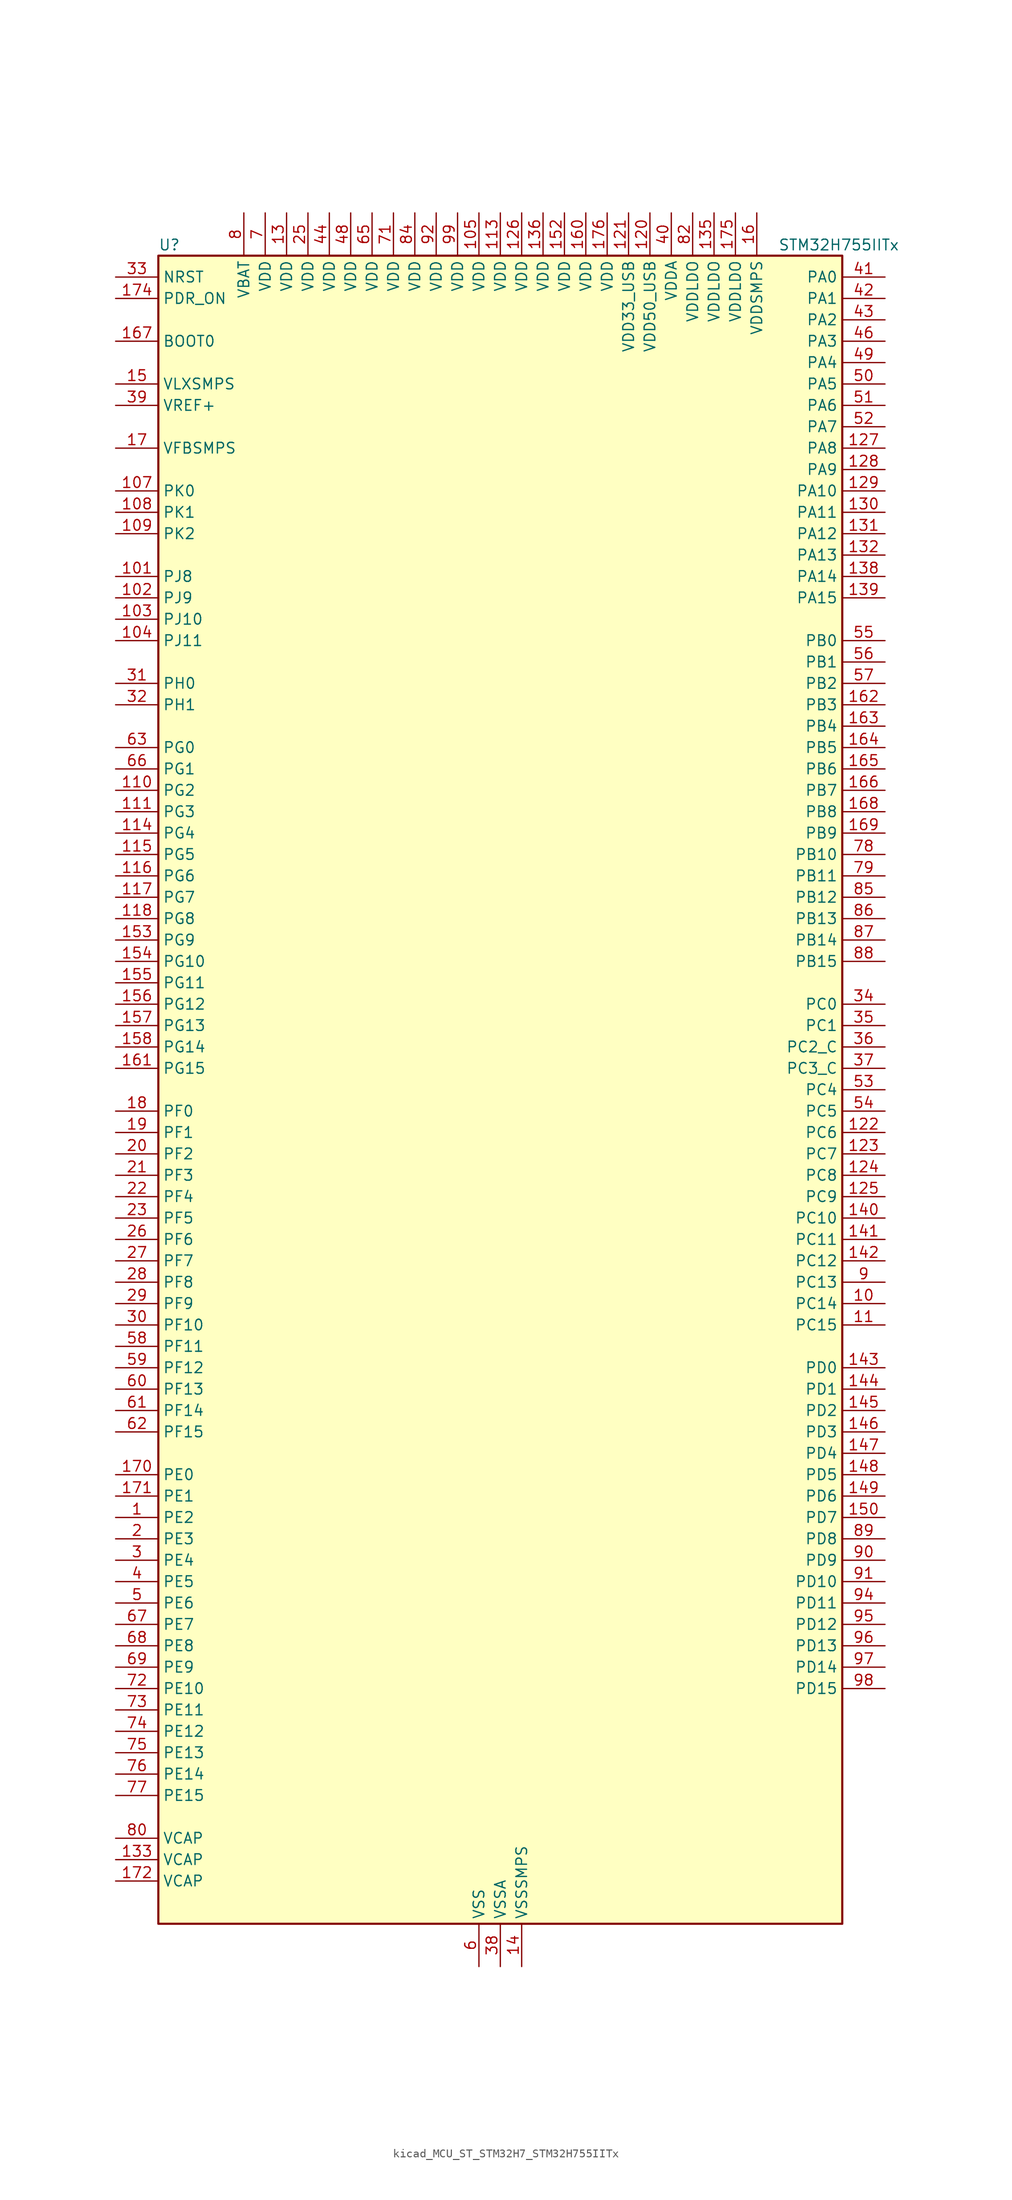
<source format=kicad_sym>
(kicad_symbol_lib
  (version 20220914)
  (generator kicad_symbol_editor)
  (symbol "kicad_MCU_ST_STM32H7_STM32H755IITx"
    (property "Reference" "U"
      (at -40.64 100.33 0)
      (effects (font (size 1.27 1.27)) (justify left)))
    (property "Value" "STM32H755IITx"
      (at 33.02 100.33 0)
      (effects (font (size 1.27 1.27)) (justify left)))
    (property "ki_locked" ""
      (at 0 0 0)
      (effects (font (size 1.27 1.27))))
    (symbol "kicad_MCU_ST_STM32H7_STM32H755IITx_0_1"
      (rectangle (start -40.64 -99.06) (end 40.64 99.06) (stroke (width 0.254) (type default)) (fill (type background))))
    (symbol "kicad_MCU_ST_STM32H7_STM32H755IITx_1_1"
      (pin bidirectional line (at -45.72 -50.8 0) (length 5.08) (name "PE2" (effects (font (size 1.27 1.27)))) (number "1" (effects (font (size 1.27 1.27)))) (alternate "DEBUG_TRACECLK" bidirectional line) (alternate "ETH_TXD3" bidirectional line) (alternate "FMC_A23" bidirectional line) (alternate "QUADSPI_BK1_IO2" bidirectional line) (alternate "SAI1_CK1" bidirectional line) (alternate "SAI1_MCLK_A" bidirectional line) (alternate "SAI4_CK1" bidirectional line) (alternate "SAI4_MCLK_A" bidirectional line) (alternate "SPI4_SCK" bidirectional line))
      (pin bidirectional line (at 45.72 -25.4 180) (length 5.08) (name "PC14" (effects (font (size 1.27 1.27)))) (number "10" (effects (font (size 1.27 1.27)))) (alternate "RCC_OSC32_IN" bidirectional line))
      (pin passive line (at -2.54 -104.14 90) (length 5.08) hide (name "VSS" (effects (font (size 1.27 1.27)))) (number "100" (effects (font (size 1.27 1.27)))))
      (pin bidirectional line (at -45.72 60.96 0) (length 5.08) (name "PJ8" (effects (font (size 1.27 1.27)))) (number "101" (effects (font (size 1.27 1.27)))) (alternate "LTDC_G1" bidirectional line) (alternate "TIM1_CH3N" bidirectional line) (alternate "TIM8_CH1" bidirectional line) (alternate "UART8_TX" bidirectional line))
      (pin bidirectional line (at -45.72 58.42 0) (length 5.08) (name "PJ9" (effects (font (size 1.27 1.27)))) (number "102" (effects (font (size 1.27 1.27)))) (alternate "DAC1_EXTI9" bidirectional line) (alternate "LTDC_G2" bidirectional line) (alternate "TIM1_CH3" bidirectional line) (alternate "TIM8_CH1N" bidirectional line) (alternate "UART8_RX" bidirectional line))
      (pin bidirectional line (at -45.72 55.88 0) (length 5.08) (name "PJ10" (effects (font (size 1.27 1.27)))) (number "103" (effects (font (size 1.27 1.27)))) (alternate "LTDC_G3" bidirectional line) (alternate "SPI5_MOSI" bidirectional line) (alternate "TIM1_CH2N" bidirectional line) (alternate "TIM8_CH2" bidirectional line))
      (pin bidirectional line (at -45.72 53.34 0) (length 5.08) (name "PJ11" (effects (font (size 1.27 1.27)))) (number "104" (effects (font (size 1.27 1.27)))) (alternate "ADC1_EXTI11" bidirectional line) (alternate "ADC2_EXTI11" bidirectional line) (alternate "ADC3_EXTI11" bidirectional line) (alternate "LTDC_G4" bidirectional line) (alternate "SPI5_MISO" bidirectional line) (alternate "TIM1_CH2" bidirectional line) (alternate "TIM8_CH2N" bidirectional line))
      (pin power_in line (at -2.54 104.14 270) (length 5.08) (name "VDD" (effects (font (size 1.27 1.27)))) (number "105" (effects (font (size 1.27 1.27)))))
      (pin passive line (at -2.54 -104.14 90) (length 5.08) hide (name "VSS" (effects (font (size 1.27 1.27)))) (number "106" (effects (font (size 1.27 1.27)))))
      (pin bidirectional line (at -45.72 71.12 0) (length 5.08) (name "PK0" (effects (font (size 1.27 1.27)))) (number "107" (effects (font (size 1.27 1.27)))) (alternate "LTDC_G5" bidirectional line) (alternate "SPI5_SCK" bidirectional line) (alternate "TIM1_CH1N" bidirectional line) (alternate "TIM8_CH3" bidirectional line))
      (pin bidirectional line (at -45.72 68.58 0) (length 5.08) (name "PK1" (effects (font (size 1.27 1.27)))) (number "108" (effects (font (size 1.27 1.27)))) (alternate "LTDC_G6" bidirectional line) (alternate "SPI5_NSS" bidirectional line) (alternate "TIM1_CH1" bidirectional line) (alternate "TIM8_CH3N" bidirectional line))
      (pin bidirectional line (at -45.72 66.04 0) (length 5.08) (name "PK2" (effects (font (size 1.27 1.27)))) (number "109" (effects (font (size 1.27 1.27)))) (alternate "LTDC_G7" bidirectional line) (alternate "TIM1_BKIN" bidirectional line) (alternate "TIM1_BKIN_COMP1" bidirectional line) (alternate "TIM1_BKIN_COMP2" bidirectional line) (alternate "TIM8_BKIN" bidirectional line) (alternate "TIM8_BKIN_COMP1" bidirectional line) (alternate "TIM8_BKIN_COMP2" bidirectional line))
      (pin bidirectional line (at 45.72 -27.94 180) (length 5.08) (name "PC15" (effects (font (size 1.27 1.27)))) (number "11" (effects (font (size 1.27 1.27)))) (alternate "ADC1_EXTI15" bidirectional line) (alternate "ADC2_EXTI15" bidirectional line) (alternate "ADC3_EXTI15" bidirectional line) (alternate "RCC_OSC32_OUT" bidirectional line))
      (pin bidirectional line (at -45.72 35.56 0) (length 5.08) (name "PG2" (effects (font (size 1.27 1.27)))) (number "110" (effects (font (size 1.27 1.27)))) (alternate "FMC_A12" bidirectional line) (alternate "TIM8_BKIN" bidirectional line) (alternate "TIM8_BKIN_COMP1" bidirectional line) (alternate "TIM8_BKIN_COMP2" bidirectional line))
      (pin bidirectional line (at -45.72 33.02 0) (length 5.08) (name "PG3" (effects (font (size 1.27 1.27)))) (number "111" (effects (font (size 1.27 1.27)))) (alternate "FMC_A13" bidirectional line) (alternate "TIM8_BKIN2" bidirectional line) (alternate "TIM8_BKIN2_COMP1" bidirectional line) (alternate "TIM8_BKIN2_COMP2" bidirectional line))
      (pin passive line (at -2.54 -104.14 90) (length 5.08) hide (name "VSS" (effects (font (size 1.27 1.27)))) (number "112" (effects (font (size 1.27 1.27)))))
      (pin power_in line (at 0 104.14 270) (length 5.08) (name "VDD" (effects (font (size 1.27 1.27)))) (number "113" (effects (font (size 1.27 1.27)))))
      (pin bidirectional line (at -45.72 30.48 0) (length 5.08) (name "PG4" (effects (font (size 1.27 1.27)))) (number "114" (effects (font (size 1.27 1.27)))) (alternate "FMC_A14" bidirectional line) (alternate "FMC_BA0" bidirectional line) (alternate "TIM1_BKIN2" bidirectional line) (alternate "TIM1_BKIN2_COMP1" bidirectional line) (alternate "TIM1_BKIN2_COMP2" bidirectional line))
      (pin bidirectional line (at -45.72 27.94 0) (length 5.08) (name "PG5" (effects (font (size 1.27 1.27)))) (number "115" (effects (font (size 1.27 1.27)))) (alternate "FMC_A15" bidirectional line) (alternate "FMC_BA1" bidirectional line) (alternate "TIM1_ETR" bidirectional line))
      (pin bidirectional line (at -45.72 25.4 0) (length 5.08) (name "PG6" (effects (font (size 1.27 1.27)))) (number "116" (effects (font (size 1.27 1.27)))) (alternate "DCMI_D12" bidirectional line) (alternate "FMC_NE3" bidirectional line) (alternate "HRTIM_CHE1" bidirectional line) (alternate "LTDC_R7" bidirectional line) (alternate "QUADSPI_BK1_NCS" bidirectional line) (alternate "TIM17_BKIN" bidirectional line))
      (pin bidirectional line (at -45.72 22.86 0) (length 5.08) (name "PG7" (effects (font (size 1.27 1.27)))) (number "117" (effects (font (size 1.27 1.27)))) (alternate "DCMI_D13" bidirectional line) (alternate "FMC_INT" bidirectional line) (alternate "HRTIM_CHE2" bidirectional line) (alternate "LTDC_CLK" bidirectional line) (alternate "SAI1_MCLK_A" bidirectional line) (alternate "USART6_CK" bidirectional line))
      (pin bidirectional line (at -45.72 20.32 0) (length 5.08) (name "PG8" (effects (font (size 1.27 1.27)))) (number "118" (effects (font (size 1.27 1.27)))) (alternate "ETH_PPS_OUT" bidirectional line) (alternate "FMC_SDCLK" bidirectional line) (alternate "LTDC_G7" bidirectional line) (alternate "SPDIFRX1_IN2" bidirectional line) (alternate "SPI6_NSS" bidirectional line) (alternate "TIM8_ETR" bidirectional line) (alternate "USART6_DE" bidirectional line) (alternate "USART6_RTS" bidirectional line))
      (pin passive line (at -2.54 -104.14 90) (length 5.08) hide (name "VSS" (effects (font (size 1.27 1.27)))) (number "119" (effects (font (size 1.27 1.27)))))
      (pin passive line (at -2.54 -104.14 90) (length 5.08) hide (name "VSS" (effects (font (size 1.27 1.27)))) (number "12" (effects (font (size 1.27 1.27)))))
      (pin power_in line (at 17.78 104.14 270) (length 5.08) (name "VDD50_USB" (effects (font (size 1.27 1.27)))) (number "120" (effects (font (size 1.27 1.27)))))
      (pin power_in line (at 15.24 104.14 270) (length 5.08) (name "VDD33_USB" (effects (font (size 1.27 1.27)))) (number "121" (effects (font (size 1.27 1.27)))))
      (pin bidirectional line (at 45.72 -5.08 180) (length 5.08) (name "PC6" (effects (font (size 1.27 1.27)))) (number "122" (effects (font (size 1.27 1.27)))) (alternate "DCMI_D0" bidirectional line) (alternate "DFSDM1_CKIN3" bidirectional line) (alternate "FMC_NWAIT" bidirectional line) (alternate "HRTIM_CHA1" bidirectional line) (alternate "I2S2_MCK" bidirectional line) (alternate "LTDC_HSYNC" bidirectional line) (alternate "SDMMC1_D0DIR" bidirectional line) (alternate "SDMMC1_D6" bidirectional line) (alternate "SDMMC2_D6" bidirectional line) (alternate "SWPMI1_IO" bidirectional line) (alternate "TIM3_CH1" bidirectional line) (alternate "TIM8_CH1" bidirectional line) (alternate "USART6_TX" bidirectional line))
      (pin bidirectional line (at 45.72 -7.62 180) (length 5.08) (name "PC7" (effects (font (size 1.27 1.27)))) (number "123" (effects (font (size 1.27 1.27)))) (alternate "DCMI_D1" bidirectional line) (alternate "DEBUG_TRGIO" bidirectional line) (alternate "DFSDM1_DATIN3" bidirectional line) (alternate "FMC_NE1" bidirectional line) (alternate "HRTIM_CHA2" bidirectional line) (alternate "I2S3_MCK" bidirectional line) (alternate "LTDC_G6" bidirectional line) (alternate "SDMMC1_D123DIR" bidirectional line) (alternate "SDMMC1_D7" bidirectional line) (alternate "SDMMC2_D7" bidirectional line) (alternate "SWPMI1_TX" bidirectional line) (alternate "TIM3_CH2" bidirectional line) (alternate "TIM8_CH2" bidirectional line) (alternate "USART6_RX" bidirectional line))
      (pin bidirectional line (at 45.72 -10.16 180) (length 5.08) (name "PC8" (effects (font (size 1.27 1.27)))) (number "124" (effects (font (size 1.27 1.27)))) (alternate "DCMI_D2" bidirectional line) (alternate "DEBUG_TRACED1" bidirectional line) (alternate "FMC_NCE" bidirectional line) (alternate "FMC_NE2" bidirectional line) (alternate "HRTIM_CHB1" bidirectional line) (alternate "SDMMC1_D0" bidirectional line) (alternate "SWPMI1_RX" bidirectional line) (alternate "TIM3_CH3" bidirectional line) (alternate "TIM8_CH3" bidirectional line) (alternate "UART5_DE" bidirectional line) (alternate "UART5_RTS" bidirectional line) (alternate "USART6_CK" bidirectional line))
      (pin bidirectional line (at 45.72 -12.7 180) (length 5.08) (name "PC9" (effects (font (size 1.27 1.27)))) (number "125" (effects (font (size 1.27 1.27)))) (alternate "DAC1_EXTI9" bidirectional line) (alternate "DCMI_D3" bidirectional line) (alternate "I2C3_SDA" bidirectional line) (alternate "I2S_CKIN" bidirectional line) (alternate "LTDC_B2" bidirectional line) (alternate "LTDC_G3" bidirectional line) (alternate "QUADSPI_BK1_IO0" bidirectional line) (alternate "RCC_MCO_2" bidirectional line) (alternate "SDMMC1_D1" bidirectional line) (alternate "SWPMI1_SUSPEND" bidirectional line) (alternate "TIM3_CH4" bidirectional line) (alternate "TIM8_CH4" bidirectional line) (alternate "UART5_CTS" bidirectional line))
      (pin power_in line (at 2.54 104.14 270) (length 5.08) (name "VDD" (effects (font (size 1.27 1.27)))) (number "126" (effects (font (size 1.27 1.27)))))
      (pin bidirectional line (at 45.72 76.2 180) (length 5.08) (name "PA8" (effects (font (size 1.27 1.27)))) (number "127" (effects (font (size 1.27 1.27)))) (alternate "HRTIM_CHB2" bidirectional line) (alternate "I2C3_SCL" bidirectional line) (alternate "LTDC_B3" bidirectional line) (alternate "LTDC_R6" bidirectional line) (alternate "RCC_MCO_1" bidirectional line) (alternate "TIM1_CH1" bidirectional line) (alternate "TIM8_BKIN2" bidirectional line) (alternate "TIM8_BKIN2_COMP1" bidirectional line) (alternate "TIM8_BKIN2_COMP2" bidirectional line) (alternate "UART7_RX" bidirectional line) (alternate "USART1_CK" bidirectional line) (alternate "USB_OTG_FS_SOF" bidirectional line))
      (pin bidirectional line (at 45.72 73.66 180) (length 5.08) (name "PA9" (effects (font (size 1.27 1.27)))) (number "128" (effects (font (size 1.27 1.27)))) (alternate "DAC1_EXTI9" bidirectional line) (alternate "DCMI_D0" bidirectional line) (alternate "HRTIM_CHC1" bidirectional line) (alternate "I2C3_SMBA" bidirectional line) (alternate "I2S2_CK" bidirectional line) (alternate "LPUART1_TX" bidirectional line) (alternate "LTDC_R5" bidirectional line) (alternate "SPI2_SCK" bidirectional line) (alternate "TIM1_CH2" bidirectional line) (alternate "USART1_TX" bidirectional line) (alternate "USB_OTG_FS_VBUS" bidirectional line))
      (pin bidirectional line (at 45.72 71.12 180) (length 5.08) (name "PA10" (effects (font (size 1.27 1.27)))) (number "129" (effects (font (size 1.27 1.27)))) (alternate "DCMI_D1" bidirectional line) (alternate "HRTIM_CHC2" bidirectional line) (alternate "LPUART1_RX" bidirectional line) (alternate "LTDC_B1" bidirectional line) (alternate "LTDC_B4" bidirectional line) (alternate "MDIOS_MDIO" bidirectional line) (alternate "TIM1_CH3" bidirectional line) (alternate "USART1_RX" bidirectional line) (alternate "USB_OTG_FS_ID" bidirectional line))
      (pin power_in line (at -25.4 104.14 270) (length 5.08) (name "VDD" (effects (font (size 1.27 1.27)))) (number "13" (effects (font (size 1.27 1.27)))))
      (pin bidirectional line (at 45.72 68.58 180) (length 5.08) (name "PA11" (effects (font (size 1.27 1.27)))) (number "130" (effects (font (size 1.27 1.27)))) (alternate "ADC1_EXTI11" bidirectional line) (alternate "ADC2_EXTI11" bidirectional line) (alternate "ADC3_EXTI11" bidirectional line) (alternate "FDCAN1_RX" bidirectional line) (alternate "HRTIM_CHD1" bidirectional line) (alternate "I2S2_WS" bidirectional line) (alternate "LPUART1_CTS" bidirectional line) (alternate "LTDC_R4" bidirectional line) (alternate "SPI2_NSS" bidirectional line) (alternate "TIM1_CH4" bidirectional line) (alternate "UART4_RX" bidirectional line) (alternate "USART1_CTS" bidirectional line) (alternate "USART1_NSS" bidirectional line) (alternate "USB_OTG_FS_DM" bidirectional line))
      (pin bidirectional line (at 45.72 66.04 180) (length 5.08) (name "PA12" (effects (font (size 1.27 1.27)))) (number "131" (effects (font (size 1.27 1.27)))) (alternate "FDCAN1_TX" bidirectional line) (alternate "HRTIM_CHD2" bidirectional line) (alternate "I2S2_CK" bidirectional line) (alternate "LPUART1_DE" bidirectional line) (alternate "LPUART1_RTS" bidirectional line) (alternate "LTDC_R5" bidirectional line) (alternate "SAI2_FS_B" bidirectional line) (alternate "SPI2_SCK" bidirectional line) (alternate "TIM1_ETR" bidirectional line) (alternate "UART4_TX" bidirectional line) (alternate "USART1_DE" bidirectional line) (alternate "USART1_RTS" bidirectional line) (alternate "USB_OTG_FS_DP" bidirectional line))
      (pin bidirectional line (at 45.72 63.5 180) (length 5.08) (name "PA13" (effects (font (size 1.27 1.27)))) (number "132" (effects (font (size 1.27 1.27)))) (alternate "DEBUG_JTMS-SWDIO" bidirectional line))
      (pin power_out line (at -45.72 -91.44 0) (length 5.08) (name "VCAP" (effects (font (size 1.27 1.27)))) (number "133" (effects (font (size 1.27 1.27)))))
      (pin passive line (at -2.54 -104.14 90) (length 5.08) hide (name "VSS" (effects (font (size 1.27 1.27)))) (number "134" (effects (font (size 1.27 1.27)))))
      (pin power_in line (at 25.4 104.14 270) (length 5.08) (name "VDDLDO" (effects (font (size 1.27 1.27)))) (number "135" (effects (font (size 1.27 1.27)))))
      (pin power_in line (at 5.08 104.14 270) (length 5.08) (name "VDD" (effects (font (size 1.27 1.27)))) (number "136" (effects (font (size 1.27 1.27)))))
      (pin passive line (at -2.54 -104.14 90) (length 5.08) hide (name "VSS" (effects (font (size 1.27 1.27)))) (number "137" (effects (font (size 1.27 1.27)))))
      (pin bidirectional line (at 45.72 60.96 180) (length 5.08) (name "PA14" (effects (font (size 1.27 1.27)))) (number "138" (effects (font (size 1.27 1.27)))) (alternate "DEBUG_JTCK-SWCLK" bidirectional line))
      (pin bidirectional line (at 45.72 58.42 180) (length 5.08) (name "PA15" (effects (font (size 1.27 1.27)))) (number "139" (effects (font (size 1.27 1.27)))) (alternate "ADC1_EXTI15" bidirectional line) (alternate "ADC2_EXTI15" bidirectional line) (alternate "ADC3_EXTI15" bidirectional line) (alternate "CEC" bidirectional line) (alternate "DEBUG_JTDI" bidirectional line) (alternate "HRTIM_FLT1" bidirectional line) (alternate "I2S1_WS" bidirectional line) (alternate "I2S3_WS" bidirectional line) (alternate "SPI1_NSS" bidirectional line) (alternate "SPI3_NSS" bidirectional line) (alternate "SPI6_NSS" bidirectional line) (alternate "TIM2_CH1" bidirectional line) (alternate "TIM2_ETR" bidirectional line) (alternate "UART4_DE" bidirectional line) (alternate "UART4_RTS" bidirectional line) (alternate "UART7_TX" bidirectional line))
      (pin power_in line (at 2.54 -104.14 90) (length 5.08) (name "VSSSMPS" (effects (font (size 1.27 1.27)))) (number "14" (effects (font (size 1.27 1.27)))))
      (pin bidirectional line (at 45.72 -15.24 180) (length 5.08) (name "PC10" (effects (font (size 1.27 1.27)))) (number "140" (effects (font (size 1.27 1.27)))) (alternate "DCMI_D8" bidirectional line) (alternate "DFSDM1_CKIN5" bidirectional line) (alternate "HRTIM_EEV1" bidirectional line) (alternate "I2S3_CK" bidirectional line) (alternate "LTDC_R2" bidirectional line) (alternate "QUADSPI_BK1_IO1" bidirectional line) (alternate "SDMMC1_D2" bidirectional line) (alternate "SPI3_SCK" bidirectional line) (alternate "UART4_TX" bidirectional line) (alternate "USART3_TX" bidirectional line))
      (pin bidirectional line (at 45.72 -17.78 180) (length 5.08) (name "PC11" (effects (font (size 1.27 1.27)))) (number "141" (effects (font (size 1.27 1.27)))) (alternate "ADC1_EXTI11" bidirectional line) (alternate "ADC2_EXTI11" bidirectional line) (alternate "ADC3_EXTI11" bidirectional line) (alternate "DCMI_D4" bidirectional line) (alternate "DFSDM1_DATIN5" bidirectional line) (alternate "HRTIM_FLT2" bidirectional line) (alternate "I2S3_SDI" bidirectional line) (alternate "QUADSPI_BK2_NCS" bidirectional line) (alternate "SDMMC1_D3" bidirectional line) (alternate "SPI3_MISO" bidirectional line) (alternate "UART4_RX" bidirectional line) (alternate "USART3_RX" bidirectional line))
      (pin bidirectional line (at 45.72 -20.32 180) (length 5.08) (name "PC12" (effects (font (size 1.27 1.27)))) (number "142" (effects (font (size 1.27 1.27)))) (alternate "DCMI_D9" bidirectional line) (alternate "DEBUG_TRACED3" bidirectional line) (alternate "HRTIM_EEV2" bidirectional line) (alternate "I2S3_SDO" bidirectional line) (alternate "SDMMC1_CK" bidirectional line) (alternate "SPI3_MOSI" bidirectional line) (alternate "UART5_TX" bidirectional line) (alternate "USART3_CK" bidirectional line))
      (pin bidirectional line (at 45.72 -33.02 180) (length 5.08) (name "PD0" (effects (font (size 1.27 1.27)))) (number "143" (effects (font (size 1.27 1.27)))) (alternate "DFSDM1_CKIN6" bidirectional line) (alternate "FDCAN1_RX" bidirectional line) (alternate "FMC_D2" bidirectional line) (alternate "FMC_DA2" bidirectional line) (alternate "SAI3_SCK_A" bidirectional line) (alternate "UART4_RX" bidirectional line))
      (pin bidirectional line (at 45.72 -35.56 180) (length 5.08) (name "PD1" (effects (font (size 1.27 1.27)))) (number "144" (effects (font (size 1.27 1.27)))) (alternate "DFSDM1_DATIN6" bidirectional line) (alternate "FDCAN1_TX" bidirectional line) (alternate "FMC_D3" bidirectional line) (alternate "FMC_DA3" bidirectional line) (alternate "SAI3_SD_A" bidirectional line) (alternate "UART4_TX" bidirectional line))
      (pin bidirectional line (at 45.72 -38.1 180) (length 5.08) (name "PD2" (effects (font (size 1.27 1.27)))) (number "145" (effects (font (size 1.27 1.27)))) (alternate "DCMI_D11" bidirectional line) (alternate "DEBUG_TRACED2" bidirectional line) (alternate "SDMMC1_CMD" bidirectional line) (alternate "TIM3_ETR" bidirectional line) (alternate "UART5_RX" bidirectional line))
      (pin bidirectional line (at 45.72 -40.64 180) (length 5.08) (name "PD3" (effects (font (size 1.27 1.27)))) (number "146" (effects (font (size 1.27 1.27)))) (alternate "DCMI_D5" bidirectional line) (alternate "DFSDM1_CKOUT" bidirectional line) (alternate "FMC_CLK" bidirectional line) (alternate "I2S2_CK" bidirectional line) (alternate "LTDC_G7" bidirectional line) (alternate "SPI2_SCK" bidirectional line) (alternate "USART2_CTS" bidirectional line) (alternate "USART2_NSS" bidirectional line))
      (pin bidirectional line (at 45.72 -43.18 180) (length 5.08) (name "PD4" (effects (font (size 1.27 1.27)))) (number "147" (effects (font (size 1.27 1.27)))) (alternate "FMC_NOE" bidirectional line) (alternate "HRTIM_FLT3" bidirectional line) (alternate "SAI3_FS_A" bidirectional line) (alternate "USART2_DE" bidirectional line) (alternate "USART2_RTS" bidirectional line))
      (pin bidirectional line (at 45.72 -45.72 180) (length 5.08) (name "PD5" (effects (font (size 1.27 1.27)))) (number "148" (effects (font (size 1.27 1.27)))) (alternate "FMC_NWE" bidirectional line) (alternate "HRTIM_EEV3" bidirectional line) (alternate "USART2_TX" bidirectional line))
      (pin bidirectional line (at 45.72 -48.26 180) (length 5.08) (name "PD6" (effects (font (size 1.27 1.27)))) (number "149" (effects (font (size 1.27 1.27)))) (alternate "DCMI_D10" bidirectional line) (alternate "DFSDM1_CKIN4" bidirectional line) (alternate "DFSDM1_DATIN1" bidirectional line) (alternate "FMC_NWAIT" bidirectional line) (alternate "I2S3_SDO" bidirectional line) (alternate "LTDC_B2" bidirectional line) (alternate "SAI1_D1" bidirectional line) (alternate "SAI1_SD_A" bidirectional line) (alternate "SAI4_D1" bidirectional line) (alternate "SAI4_SD_A" bidirectional line) (alternate "SDMMC2_CK" bidirectional line) (alternate "SPI3_MOSI" bidirectional line) (alternate "USART2_RX" bidirectional line))
      (pin power_in line (at -45.72 83.82 0) (length 5.08) (name "VLXSMPS" (effects (font (size 1.27 1.27)))) (number "15" (effects (font (size 1.27 1.27)))))
      (pin bidirectional line (at 45.72 -50.8 180) (length 5.08) (name "PD7" (effects (font (size 1.27 1.27)))) (number "150" (effects (font (size 1.27 1.27)))) (alternate "DFSDM1_CKIN1" bidirectional line) (alternate "DFSDM1_DATIN4" bidirectional line) (alternate "FMC_NE1" bidirectional line) (alternate "I2S1_SDO" bidirectional line) (alternate "SDMMC2_CMD" bidirectional line) (alternate "SPDIFRX1_IN0" bidirectional line) (alternate "SPI1_MOSI" bidirectional line) (alternate "USART2_CK" bidirectional line))
      (pin passive line (at -2.54 -104.14 90) (length 5.08) hide (name "VSS" (effects (font (size 1.27 1.27)))) (number "151" (effects (font (size 1.27 1.27)))))
      (pin power_in line (at 7.62 104.14 270) (length 5.08) (name "VDD" (effects (font (size 1.27 1.27)))) (number "152" (effects (font (size 1.27 1.27)))))
      (pin bidirectional line (at -45.72 17.78 0) (length 5.08) (name "PG9" (effects (font (size 1.27 1.27)))) (number "153" (effects (font (size 1.27 1.27)))) (alternate "DAC1_EXTI9" bidirectional line) (alternate "DCMI_VSYNC" bidirectional line) (alternate "FMC_NCE" bidirectional line) (alternate "FMC_NE2" bidirectional line) (alternate "I2S1_SDI" bidirectional line) (alternate "QUADSPI_BK2_IO2" bidirectional line) (alternate "SAI2_FS_B" bidirectional line) (alternate "SPDIFRX1_IN3" bidirectional line) (alternate "SPI1_MISO" bidirectional line) (alternate "USART6_RX" bidirectional line))
      (pin bidirectional line (at -45.72 15.24 0) (length 5.08) (name "PG10" (effects (font (size 1.27 1.27)))) (number "154" (effects (font (size 1.27 1.27)))) (alternate "DCMI_D2" bidirectional line) (alternate "FMC_NE3" bidirectional line) (alternate "HRTIM_FLT5" bidirectional line) (alternate "I2S1_WS" bidirectional line) (alternate "LTDC_B2" bidirectional line) (alternate "LTDC_G3" bidirectional line) (alternate "SAI2_SD_B" bidirectional line) (alternate "SPI1_NSS" bidirectional line))
      (pin bidirectional line (at -45.72 12.7 0) (length 5.08) (name "PG11" (effects (font (size 1.27 1.27)))) (number "155" (effects (font (size 1.27 1.27)))) (alternate "ADC1_EXTI11" bidirectional line) (alternate "ADC2_EXTI11" bidirectional line) (alternate "ADC3_EXTI11" bidirectional line) (alternate "DCMI_D3" bidirectional line) (alternate "ETH_TX_EN" bidirectional line) (alternate "HRTIM_EEV4" bidirectional line) (alternate "I2S1_CK" bidirectional line) (alternate "LPTIM1_IN2" bidirectional line) (alternate "LTDC_B3" bidirectional line) (alternate "SDMMC2_D2" bidirectional line) (alternate "SPDIFRX1_IN0" bidirectional line) (alternate "SPI1_SCK" bidirectional line))
      (pin bidirectional line (at -45.72 10.16 0) (length 5.08) (name "PG12" (effects (font (size 1.27 1.27)))) (number "156" (effects (font (size 1.27 1.27)))) (alternate "ETH_TXD1" bidirectional line) (alternate "FMC_NE4" bidirectional line) (alternate "HRTIM_EEV5" bidirectional line) (alternate "LPTIM1_IN1" bidirectional line) (alternate "LTDC_B1" bidirectional line) (alternate "LTDC_B4" bidirectional line) (alternate "SPDIFRX1_IN1" bidirectional line) (alternate "SPI6_MISO" bidirectional line) (alternate "USART6_DE" bidirectional line) (alternate "USART6_RTS" bidirectional line))
      (pin bidirectional line (at -45.72 7.62 0) (length 5.08) (name "PG13" (effects (font (size 1.27 1.27)))) (number "157" (effects (font (size 1.27 1.27)))) (alternate "DEBUG_TRACED0" bidirectional line) (alternate "ETH_TXD0" bidirectional line) (alternate "FMC_A24" bidirectional line) (alternate "HRTIM_EEV10" bidirectional line) (alternate "LPTIM1_OUT" bidirectional line) (alternate "LTDC_R0" bidirectional line) (alternate "SPI6_SCK" bidirectional line) (alternate "USART6_CTS" bidirectional line) (alternate "USART6_NSS" bidirectional line))
      (pin bidirectional line (at -45.72 5.08 0) (length 5.08) (name "PG14" (effects (font (size 1.27 1.27)))) (number "158" (effects (font (size 1.27 1.27)))) (alternate "DEBUG_TRACED1" bidirectional line) (alternate "ETH_TXD1" bidirectional line) (alternate "FMC_A25" bidirectional line) (alternate "LPTIM1_ETR" bidirectional line) (alternate "LTDC_B0" bidirectional line) (alternate "QUADSPI_BK2_IO3" bidirectional line) (alternate "SPI6_MOSI" bidirectional line) (alternate "USART6_TX" bidirectional line))
      (pin passive line (at -2.54 -104.14 90) (length 5.08) hide (name "VSS" (effects (font (size 1.27 1.27)))) (number "159" (effects (font (size 1.27 1.27)))))
      (pin power_in line (at 30.48 104.14 270) (length 5.08) (name "VDDSMPS" (effects (font (size 1.27 1.27)))) (number "16" (effects (font (size 1.27 1.27)))))
      (pin power_in line (at 10.16 104.14 270) (length 5.08) (name "VDD" (effects (font (size 1.27 1.27)))) (number "160" (effects (font (size 1.27 1.27)))))
      (pin bidirectional line (at -45.72 2.54 0) (length 5.08) (name "PG15" (effects (font (size 1.27 1.27)))) (number "161" (effects (font (size 1.27 1.27)))) (alternate "ADC1_EXTI15" bidirectional line) (alternate "ADC2_EXTI15" bidirectional line) (alternate "ADC3_EXTI15" bidirectional line) (alternate "DCMI_D13" bidirectional line) (alternate "FMC_SDNCAS" bidirectional line) (alternate "USART6_CTS" bidirectional line) (alternate "USART6_NSS" bidirectional line))
      (pin bidirectional line (at 45.72 45.72 180) (length 5.08) (name "PB3" (effects (font (size 1.27 1.27)))) (number "162" (effects (font (size 1.27 1.27)))) (alternate "CRS_SYNC" bidirectional line) (alternate "DEBUG_JTDO-SWO" bidirectional line) (alternate "HRTIM_FLT4" bidirectional line) (alternate "I2S1_CK" bidirectional line) (alternate "I2S3_CK" bidirectional line) (alternate "SDMMC2_D2" bidirectional line) (alternate "SPI1_SCK" bidirectional line) (alternate "SPI3_SCK" bidirectional line) (alternate "SPI6_SCK" bidirectional line) (alternate "TIM2_CH2" bidirectional line) (alternate "UART7_RX" bidirectional line))
      (pin bidirectional line (at 45.72 43.18 180) (length 5.08) (name "PB4" (effects (font (size 1.27 1.27)))) (number "163" (effects (font (size 1.27 1.27)))) (alternate "DEBUG_JTRST" bidirectional line) (alternate "HRTIM_EEV6" bidirectional line) (alternate "I2S1_SDI" bidirectional line) (alternate "I2S2_WS" bidirectional line) (alternate "I2S3_SDI" bidirectional line) (alternate "SDMMC2_D3" bidirectional line) (alternate "SPI1_MISO" bidirectional line) (alternate "SPI2_NSS" bidirectional line) (alternate "SPI3_MISO" bidirectional line) (alternate "SPI6_MISO" bidirectional line) (alternate "TIM16_BKIN" bidirectional line) (alternate "TIM3_CH1" bidirectional line) (alternate "UART7_TX" bidirectional line))
      (pin bidirectional line (at 45.72 40.64 180) (length 5.08) (name "PB5" (effects (font (size 1.27 1.27)))) (number "164" (effects (font (size 1.27 1.27)))) (alternate "DCMI_D10" bidirectional line) (alternate "ETH_PPS_OUT" bidirectional line) (alternate "FDCAN2_RX" bidirectional line) (alternate "FMC_SDCKE1" bidirectional line) (alternate "HRTIM_EEV7" bidirectional line) (alternate "I2C1_SMBA" bidirectional line) (alternate "I2C4_SMBA" bidirectional line) (alternate "I2S1_SDO" bidirectional line) (alternate "I2S3_SDO" bidirectional line) (alternate "SPI1_MOSI" bidirectional line) (alternate "SPI3_MOSI" bidirectional line) (alternate "SPI6_MOSI" bidirectional line) (alternate "TIM17_BKIN" bidirectional line) (alternate "TIM3_CH2" bidirectional line) (alternate "UART5_RX" bidirectional line) (alternate "USB_OTG_HS_ULPI_D7" bidirectional line))
      (pin bidirectional line (at 45.72 38.1 180) (length 5.08) (name "PB6" (effects (font (size 1.27 1.27)))) (number "165" (effects (font (size 1.27 1.27)))) (alternate "CEC" bidirectional line) (alternate "DCMI_D5" bidirectional line) (alternate "DFSDM1_DATIN5" bidirectional line) (alternate "FDCAN2_TX" bidirectional line) (alternate "FMC_SDNE1" bidirectional line) (alternate "HRTIM_EEV8" bidirectional line) (alternate "I2C1_SCL" bidirectional line) (alternate "I2C4_SCL" bidirectional line) (alternate "LPUART1_TX" bidirectional line) (alternate "QUADSPI_BK1_NCS" bidirectional line) (alternate "TIM16_CH1N" bidirectional line) (alternate "TIM4_CH1" bidirectional line) (alternate "UART5_TX" bidirectional line) (alternate "USART1_TX" bidirectional line))
      (pin bidirectional line (at 45.72 35.56 180) (length 5.08) (name "PB7" (effects (font (size 1.27 1.27)))) (number "166" (effects (font (size 1.27 1.27)))) (alternate "DCMI_VSYNC" bidirectional line) (alternate "DFSDM1_CKIN5" bidirectional line) (alternate "FMC_NL" bidirectional line) (alternate "HRTIM_EEV9" bidirectional line) (alternate "I2C1_SDA" bidirectional line) (alternate "I2C4_SDA" bidirectional line) (alternate "LPUART1_RX" bidirectional line) (alternate "PWR_PVD_IN" bidirectional line) (alternate "TIM17_CH1N" bidirectional line) (alternate "TIM4_CH2" bidirectional line) (alternate "USART1_RX" bidirectional line))
      (pin input line (at -45.72 88.9 0) (length 5.08) (name "BOOT0" (effects (font (size 1.27 1.27)))) (number "167" (effects (font (size 1.27 1.27)))))
      (pin bidirectional line (at 45.72 33.02 180) (length 5.08) (name "PB8" (effects (font (size 1.27 1.27)))) (number "168" (effects (font (size 1.27 1.27)))) (alternate "DCMI_D6" bidirectional line) (alternate "DFSDM1_CKIN7" bidirectional line) (alternate "ETH_TXD3" bidirectional line) (alternate "FDCAN1_RX" bidirectional line) (alternate "I2C1_SCL" bidirectional line) (alternate "I2C4_SCL" bidirectional line) (alternate "LTDC_B6" bidirectional line) (alternate "SDMMC1_CKIN" bidirectional line) (alternate "SDMMC1_D4" bidirectional line) (alternate "SDMMC2_D4" bidirectional line) (alternate "TIM16_CH1" bidirectional line) (alternate "TIM4_CH3" bidirectional line) (alternate "UART4_RX" bidirectional line))
      (pin bidirectional line (at 45.72 30.48 180) (length 5.08) (name "PB9" (effects (font (size 1.27 1.27)))) (number "169" (effects (font (size 1.27 1.27)))) (alternate "DAC1_EXTI9" bidirectional line) (alternate "DCMI_D7" bidirectional line) (alternate "DFSDM1_DATIN7" bidirectional line) (alternate "FDCAN1_TX" bidirectional line) (alternate "I2C1_SDA" bidirectional line) (alternate "I2C4_SDA" bidirectional line) (alternate "I2C4_SMBA" bidirectional line) (alternate "I2S2_WS" bidirectional line) (alternate "LTDC_B7" bidirectional line) (alternate "SDMMC1_CDIR" bidirectional line) (alternate "SDMMC1_D5" bidirectional line) (alternate "SDMMC2_D5" bidirectional line) (alternate "SPI2_NSS" bidirectional line) (alternate "TIM17_CH1" bidirectional line) (alternate "TIM4_CH4" bidirectional line) (alternate "UART4_TX" bidirectional line))
      (pin input line (at -45.72 76.2 0) (length 5.08) (name "VFBSMPS" (effects (font (size 1.27 1.27)))) (number "17" (effects (font (size 1.27 1.27)))))
      (pin bidirectional line (at -45.72 -45.72 0) (length 5.08) (name "PE0" (effects (font (size 1.27 1.27)))) (number "170" (effects (font (size 1.27 1.27)))) (alternate "DCMI_D2" bidirectional line) (alternate "FMC_NBL0" bidirectional line) (alternate "HRTIM_SCIN" bidirectional line) (alternate "LPTIM1_ETR" bidirectional line) (alternate "LPTIM2_ETR" bidirectional line) (alternate "SAI2_MCLK_A" bidirectional line) (alternate "TIM4_ETR" bidirectional line) (alternate "UART8_RX" bidirectional line))
      (pin bidirectional line (at -45.72 -48.26 0) (length 5.08) (name "PE1" (effects (font (size 1.27 1.27)))) (number "171" (effects (font (size 1.27 1.27)))) (alternate "DCMI_D3" bidirectional line) (alternate "FMC_NBL1" bidirectional line) (alternate "HRTIM_SCOUT" bidirectional line) (alternate "LPTIM1_IN2" bidirectional line) (alternate "UART8_TX" bidirectional line))
      (pin power_out line (at -45.72 -93.98 0) (length 5.08) (name "VCAP" (effects (font (size 1.27 1.27)))) (number "172" (effects (font (size 1.27 1.27)))))
      (pin passive line (at -2.54 -104.14 90) (length 5.08) hide (name "VSS" (effects (font (size 1.27 1.27)))) (number "173" (effects (font (size 1.27 1.27)))))
      (pin input line (at -45.72 93.98 0) (length 5.08) (name "PDR_ON" (effects (font (size 1.27 1.27)))) (number "174" (effects (font (size 1.27 1.27)))))
      (pin power_in line (at 27.94 104.14 270) (length 5.08) (name "VDDLDO" (effects (font (size 1.27 1.27)))) (number "175" (effects (font (size 1.27 1.27)))))
      (pin power_in line (at 12.7 104.14 270) (length 5.08) (name "VDD" (effects (font (size 1.27 1.27)))) (number "176" (effects (font (size 1.27 1.27)))))
      (pin bidirectional line (at -45.72 -2.54 0) (length 5.08) (name "PF0" (effects (font (size 1.27 1.27)))) (number "18" (effects (font (size 1.27 1.27)))) (alternate "FMC_A0" bidirectional line) (alternate "I2C2_SDA" bidirectional line))
      (pin bidirectional line (at -45.72 -5.08 0) (length 5.08) (name "PF1" (effects (font (size 1.27 1.27)))) (number "19" (effects (font (size 1.27 1.27)))) (alternate "FMC_A1" bidirectional line) (alternate "I2C2_SCL" bidirectional line))
      (pin bidirectional line (at -45.72 -53.34 0) (length 5.08) (name "PE3" (effects (font (size 1.27 1.27)))) (number "2" (effects (font (size 1.27 1.27)))) (alternate "DEBUG_TRACED0" bidirectional line) (alternate "FMC_A19" bidirectional line) (alternate "SAI1_SD_B" bidirectional line) (alternate "SAI4_SD_B" bidirectional line) (alternate "TIM15_BKIN" bidirectional line))
      (pin bidirectional line (at -45.72 -7.62 0) (length 5.08) (name "PF2" (effects (font (size 1.27 1.27)))) (number "20" (effects (font (size 1.27 1.27)))) (alternate "FMC_A2" bidirectional line) (alternate "I2C2_SMBA" bidirectional line))
      (pin bidirectional line (at -45.72 -10.16 0) (length 5.08) (name "PF3" (effects (font (size 1.27 1.27)))) (number "21" (effects (font (size 1.27 1.27)))) (alternate "ADC3_INP5" bidirectional line) (alternate "FMC_A3" bidirectional line))
      (pin bidirectional line (at -45.72 -12.7 0) (length 5.08) (name "PF4" (effects (font (size 1.27 1.27)))) (number "22" (effects (font (size 1.27 1.27)))) (alternate "ADC3_INN5" bidirectional line) (alternate "ADC3_INP9" bidirectional line) (alternate "FMC_A4" bidirectional line))
      (pin bidirectional line (at -45.72 -15.24 0) (length 5.08) (name "PF5" (effects (font (size 1.27 1.27)))) (number "23" (effects (font (size 1.27 1.27)))) (alternate "ADC3_INP4" bidirectional line) (alternate "FMC_A5" bidirectional line))
      (pin passive line (at -2.54 -104.14 90) (length 5.08) hide (name "VSS" (effects (font (size 1.27 1.27)))) (number "24" (effects (font (size 1.27 1.27)))))
      (pin power_in line (at -22.86 104.14 270) (length 5.08) (name "VDD" (effects (font (size 1.27 1.27)))) (number "25" (effects (font (size 1.27 1.27)))))
      (pin bidirectional line (at -45.72 -17.78 0) (length 5.08) (name "PF6" (effects (font (size 1.27 1.27)))) (number "26" (effects (font (size 1.27 1.27)))) (alternate "ADC3_INN4" bidirectional line) (alternate "ADC3_INP8" bidirectional line) (alternate "QUADSPI_BK1_IO3" bidirectional line) (alternate "SAI1_SD_B" bidirectional line) (alternate "SAI4_SD_B" bidirectional line) (alternate "SPI5_NSS" bidirectional line) (alternate "TIM16_CH1" bidirectional line) (alternate "UART7_RX" bidirectional line))
      (pin bidirectional line (at -45.72 -20.32 0) (length 5.08) (name "PF7" (effects (font (size 1.27 1.27)))) (number "27" (effects (font (size 1.27 1.27)))) (alternate "ADC3_INP3" bidirectional line) (alternate "QUADSPI_BK1_IO2" bidirectional line) (alternate "SAI1_MCLK_B" bidirectional line) (alternate "SAI4_MCLK_B" bidirectional line) (alternate "SPI5_SCK" bidirectional line) (alternate "TIM17_CH1" bidirectional line) (alternate "UART7_TX" bidirectional line))
      (pin bidirectional line (at -45.72 -22.86 0) (length 5.08) (name "PF8" (effects (font (size 1.27 1.27)))) (number "28" (effects (font (size 1.27 1.27)))) (alternate "ADC3_INN3" bidirectional line) (alternate "ADC3_INP7" bidirectional line) (alternate "QUADSPI_BK1_IO0" bidirectional line) (alternate "SAI1_SCK_B" bidirectional line) (alternate "SAI4_SCK_B" bidirectional line) (alternate "SPI5_MISO" bidirectional line) (alternate "TIM13_CH1" bidirectional line) (alternate "TIM16_CH1N" bidirectional line) (alternate "UART7_DE" bidirectional line) (alternate "UART7_RTS" bidirectional line))
      (pin bidirectional line (at -45.72 -25.4 0) (length 5.08) (name "PF9" (effects (font (size 1.27 1.27)))) (number "29" (effects (font (size 1.27 1.27)))) (alternate "ADC3_INP2" bidirectional line) (alternate "DAC1_EXTI9" bidirectional line) (alternate "QUADSPI_BK1_IO1" bidirectional line) (alternate "SAI1_FS_B" bidirectional line) (alternate "SAI4_FS_B" bidirectional line) (alternate "SPI5_MOSI" bidirectional line) (alternate "TIM14_CH1" bidirectional line) (alternate "TIM17_CH1N" bidirectional line) (alternate "UART7_CTS" bidirectional line))
      (pin bidirectional line (at -45.72 -55.88 0) (length 5.08) (name "PE4" (effects (font (size 1.27 1.27)))) (number "3" (effects (font (size 1.27 1.27)))) (alternate "DCMI_D4" bidirectional line) (alternate "DEBUG_TRACED1" bidirectional line) (alternate "DFSDM1_DATIN3" bidirectional line) (alternate "FMC_A20" bidirectional line) (alternate "LTDC_B0" bidirectional line) (alternate "SAI1_D2" bidirectional line) (alternate "SAI1_FS_A" bidirectional line) (alternate "SAI4_D2" bidirectional line) (alternate "SAI4_FS_A" bidirectional line) (alternate "SPI4_NSS" bidirectional line) (alternate "TIM15_CH1N" bidirectional line))
      (pin bidirectional line (at -45.72 -27.94 0) (length 5.08) (name "PF10" (effects (font (size 1.27 1.27)))) (number "30" (effects (font (size 1.27 1.27)))) (alternate "ADC3_INN2" bidirectional line) (alternate "ADC3_INP6" bidirectional line) (alternate "DCMI_D11" bidirectional line) (alternate "LTDC_DE" bidirectional line) (alternate "QUADSPI_CLK" bidirectional line) (alternate "SAI1_D3" bidirectional line) (alternate "SAI4_D3" bidirectional line) (alternate "TIM16_BKIN" bidirectional line))
      (pin bidirectional line (at -45.72 48.26 0) (length 5.08) (name "PH0" (effects (font (size 1.27 1.27)))) (number "31" (effects (font (size 1.27 1.27)))) (alternate "RCC_OSC_IN" bidirectional line))
      (pin bidirectional line (at -45.72 45.72 0) (length 5.08) (name "PH1" (effects (font (size 1.27 1.27)))) (number "32" (effects (font (size 1.27 1.27)))) (alternate "RCC_OSC_OUT" bidirectional line))
      (pin input line (at -45.72 96.52 0) (length 5.08) (name "NRST" (effects (font (size 1.27 1.27)))) (number "33" (effects (font (size 1.27 1.27)))))
      (pin bidirectional line (at 45.72 10.16 180) (length 5.08) (name "PC0" (effects (font (size 1.27 1.27)))) (number "34" (effects (font (size 1.27 1.27)))) (alternate "ADC1_INP10" bidirectional line) (alternate "ADC2_INP10" bidirectional line) (alternate "ADC3_INP10" bidirectional line) (alternate "DFSDM1_CKIN0" bidirectional line) (alternate "DFSDM1_DATIN4" bidirectional line) (alternate "FMC_SDNWE" bidirectional line) (alternate "LTDC_R5" bidirectional line) (alternate "SAI2_FS_B" bidirectional line) (alternate "USB_OTG_HS_ULPI_STP" bidirectional line))
      (pin bidirectional line (at 45.72 7.62 180) (length 5.08) (name "PC1" (effects (font (size 1.27 1.27)))) (number "35" (effects (font (size 1.27 1.27)))) (alternate "ADC1_INN10" bidirectional line) (alternate "ADC1_INP11" bidirectional line) (alternate "ADC2_INN10" bidirectional line) (alternate "ADC2_INP11" bidirectional line) (alternate "ADC3_INN10" bidirectional line) (alternate "ADC3_INP11" bidirectional line) (alternate "DEBUG_TRACED0" bidirectional line) (alternate "DFSDM1_CKIN4" bidirectional line) (alternate "DFSDM1_DATIN0" bidirectional line) (alternate "ETH_MDC" bidirectional line) (alternate "I2S2_SDO" bidirectional line) (alternate "MDIOS_MDC" bidirectional line) (alternate "PWR_WKUP5" bidirectional line) (alternate "RTC_TAMP3" bidirectional line) (alternate "SAI1_D1" bidirectional line) (alternate "SAI1_SD_A" bidirectional line) (alternate "SAI4_D1" bidirectional line) (alternate "SAI4_SD_A" bidirectional line) (alternate "SDMMC2_CK" bidirectional line) (alternate "SPI2_MOSI" bidirectional line))
      (pin bidirectional line (at 45.72 5.08 180) (length 5.08) (name "PC2_C" (effects (font (size 1.27 1.27)))) (number "36" (effects (font (size 1.27 1.27)))) (alternate "ADC3_INN1" bidirectional line) (alternate "ADC3_INP0" bidirectional line) (alternate "DFSDM1_CKIN1" bidirectional line) (alternate "DFSDM1_CKOUT" bidirectional line) (alternate "ETH_TXD2" bidirectional line) (alternate "FMC_SDNE0" bidirectional line) (alternate "I2S2_SDI" bidirectional line) (alternate "PWR_CSTOP" bidirectional line) (alternate "SPI2_MISO" bidirectional line) (alternate "USB_OTG_HS_ULPI_DIR" bidirectional line))
      (pin bidirectional line (at 45.72 2.54 180) (length 5.08) (name "PC3_C" (effects (font (size 1.27 1.27)))) (number "37" (effects (font (size 1.27 1.27)))) (alternate "ADC3_INP1" bidirectional line) (alternate "DFSDM1_DATIN1" bidirectional line) (alternate "ETH_TX_CLK" bidirectional line) (alternate "FMC_SDCKE0" bidirectional line) (alternate "I2S2_SDO" bidirectional line) (alternate "PWR_CSLEEP" bidirectional line) (alternate "SPI2_MOSI" bidirectional line) (alternate "USB_OTG_HS_ULPI_NXT" bidirectional line))
      (pin power_in line (at 0 -104.14 90) (length 5.08) (name "VSSA" (effects (font (size 1.27 1.27)))) (number "38" (effects (font (size 1.27 1.27)))))
      (pin input line (at -45.72 81.28 0) (length 5.08) (name "VREF+" (effects (font (size 1.27 1.27)))) (number "39" (effects (font (size 1.27 1.27)))) (alternate "VREFBUF_OUT" bidirectional line))
      (pin bidirectional line (at -45.72 -58.42 0) (length 5.08) (name "PE5" (effects (font (size 1.27 1.27)))) (number "4" (effects (font (size 1.27 1.27)))) (alternate "DCMI_D6" bidirectional line) (alternate "DEBUG_TRACED2" bidirectional line) (alternate "DFSDM1_CKIN3" bidirectional line) (alternate "FMC_A21" bidirectional line) (alternate "LTDC_G0" bidirectional line) (alternate "SAI1_CK2" bidirectional line) (alternate "SAI1_SCK_A" bidirectional line) (alternate "SAI4_CK2" bidirectional line) (alternate "SAI4_SCK_A" bidirectional line) (alternate "SPI4_MISO" bidirectional line) (alternate "TIM15_CH1" bidirectional line))
      (pin power_in line (at 20.32 104.14 270) (length 5.08) (name "VDDA" (effects (font (size 1.27 1.27)))) (number "40" (effects (font (size 1.27 1.27)))))
      (pin bidirectional line (at 45.72 96.52 180) (length 5.08) (name "PA0" (effects (font (size 1.27 1.27)))) (number "41" (effects (font (size 1.27 1.27)))) (alternate "ADC1_INP16" bidirectional line) (alternate "ETH_CRS" bidirectional line) (alternate "PWR_WKUP0" bidirectional line) (alternate "SAI2_SD_B" bidirectional line) (alternate "SDMMC2_CMD" bidirectional line) (alternate "TIM15_BKIN" bidirectional line) (alternate "TIM2_CH1" bidirectional line) (alternate "TIM2_ETR" bidirectional line) (alternate "TIM5_CH1" bidirectional line) (alternate "TIM8_ETR" bidirectional line) (alternate "UART4_TX" bidirectional line) (alternate "USART2_CTS" bidirectional line) (alternate "USART2_NSS" bidirectional line))
      (pin bidirectional line (at 45.72 93.98 180) (length 5.08) (name "PA1" (effects (font (size 1.27 1.27)))) (number "42" (effects (font (size 1.27 1.27)))) (alternate "ADC1_INN16" bidirectional line) (alternate "ADC1_INP17" bidirectional line) (alternate "ETH_REF_CLK" bidirectional line) (alternate "ETH_RX_CLK" bidirectional line) (alternate "LPTIM3_OUT" bidirectional line) (alternate "LTDC_R2" bidirectional line) (alternate "QUADSPI_BK1_IO3" bidirectional line) (alternate "SAI2_MCLK_B" bidirectional line) (alternate "TIM15_CH1N" bidirectional line) (alternate "TIM2_CH2" bidirectional line) (alternate "TIM5_CH2" bidirectional line) (alternate "UART4_RX" bidirectional line) (alternate "USART2_DE" bidirectional line) (alternate "USART2_RTS" bidirectional line))
      (pin bidirectional line (at 45.72 91.44 180) (length 5.08) (name "PA2" (effects (font (size 1.27 1.27)))) (number "43" (effects (font (size 1.27 1.27)))) (alternate "ADC1_INP14" bidirectional line) (alternate "ADC2_INP14" bidirectional line) (alternate "ETH_MDIO" bidirectional line) (alternate "LPTIM4_OUT" bidirectional line) (alternate "LTDC_R1" bidirectional line) (alternate "MDIOS_MDIO" bidirectional line) (alternate "PWR_WKUP1" bidirectional line) (alternate "SAI2_SCK_B" bidirectional line) (alternate "TIM15_CH1" bidirectional line) (alternate "TIM2_CH3" bidirectional line) (alternate "TIM5_CH3" bidirectional line) (alternate "USART2_TX" bidirectional line))
      (pin power_in line (at -20.32 104.14 270) (length 5.08) (name "VDD" (effects (font (size 1.27 1.27)))) (number "44" (effects (font (size 1.27 1.27)))))
      (pin passive line (at -2.54 -104.14 90) (length 5.08) hide (name "VSS" (effects (font (size 1.27 1.27)))) (number "45" (effects (font (size 1.27 1.27)))))
      (pin bidirectional line (at 45.72 88.9 180) (length 5.08) (name "PA3" (effects (font (size 1.27 1.27)))) (number "46" (effects (font (size 1.27 1.27)))) (alternate "ADC1_INP15" bidirectional line) (alternate "ADC2_INP15" bidirectional line) (alternate "ETH_COL" bidirectional line) (alternate "LPTIM5_OUT" bidirectional line) (alternate "LTDC_B2" bidirectional line) (alternate "LTDC_B5" bidirectional line) (alternate "TIM15_CH2" bidirectional line) (alternate "TIM2_CH4" bidirectional line) (alternate "TIM5_CH4" bidirectional line) (alternate "USART2_RX" bidirectional line) (alternate "USB_OTG_HS_ULPI_D0" bidirectional line))
      (pin passive line (at -2.54 -104.14 90) (length 5.08) hide (name "VSS" (effects (font (size 1.27 1.27)))) (number "47" (effects (font (size 1.27 1.27)))))
      (pin power_in line (at -17.78 104.14 270) (length 5.08) (name "VDD" (effects (font (size 1.27 1.27)))) (number "48" (effects (font (size 1.27 1.27)))))
      (pin bidirectional line (at 45.72 86.36 180) (length 5.08) (name "PA4" (effects (font (size 1.27 1.27)))) (number "49" (effects (font (size 1.27 1.27)))) (alternate "ADC1_INP18" bidirectional line) (alternate "ADC2_INP18" bidirectional line) (alternate "DAC1_OUT1" bidirectional line) (alternate "DCMI_HSYNC" bidirectional line) (alternate "I2S1_WS" bidirectional line) (alternate "I2S3_WS" bidirectional line) (alternate "LTDC_VSYNC" bidirectional line) (alternate "SPI1_NSS" bidirectional line) (alternate "SPI3_NSS" bidirectional line) (alternate "SPI6_NSS" bidirectional line) (alternate "TIM5_ETR" bidirectional line) (alternate "USART2_CK" bidirectional line) (alternate "USB_OTG_HS_SOF" bidirectional line))
      (pin bidirectional line (at -45.72 -60.96 0) (length 5.08) (name "PE6" (effects (font (size 1.27 1.27)))) (number "5" (effects (font (size 1.27 1.27)))) (alternate "DCMI_D7" bidirectional line) (alternate "DEBUG_TRACED3" bidirectional line) (alternate "FMC_A22" bidirectional line) (alternate "LTDC_G1" bidirectional line) (alternate "SAI1_D1" bidirectional line) (alternate "SAI1_SD_A" bidirectional line) (alternate "SAI2_MCLK_B" bidirectional line) (alternate "SAI4_D1" bidirectional line) (alternate "SAI4_SD_A" bidirectional line) (alternate "SPI4_MOSI" bidirectional line) (alternate "TIM15_CH2" bidirectional line) (alternate "TIM1_BKIN2" bidirectional line) (alternate "TIM1_BKIN2_COMP1" bidirectional line) (alternate "TIM1_BKIN2_COMP2" bidirectional line))
      (pin bidirectional line (at 45.72 83.82 180) (length 5.08) (name "PA5" (effects (font (size 1.27 1.27)))) (number "50" (effects (font (size 1.27 1.27)))) (alternate "ADC1_INN18" bidirectional line) (alternate "ADC1_INP19" bidirectional line) (alternate "ADC2_INN18" bidirectional line) (alternate "ADC2_INP19" bidirectional line) (alternate "DAC1_OUT2" bidirectional line) (alternate "I2S1_CK" bidirectional line) (alternate "LTDC_R4" bidirectional line) (alternate "PWR_NDSTOP2" bidirectional line) (alternate "SPI1_SCK" bidirectional line) (alternate "SPI6_SCK" bidirectional line) (alternate "TIM2_CH1" bidirectional line) (alternate "TIM2_ETR" bidirectional line) (alternate "TIM8_CH1N" bidirectional line) (alternate "USB_OTG_HS_ULPI_CK" bidirectional line))
      (pin bidirectional line (at 45.72 81.28 180) (length 5.08) (name "PA6" (effects (font (size 1.27 1.27)))) (number "51" (effects (font (size 1.27 1.27)))) (alternate "ADC1_INP3" bidirectional line) (alternate "ADC2_INP3" bidirectional line) (alternate "DCMI_PIXCLK" bidirectional line) (alternate "I2S1_SDI" bidirectional line) (alternate "LTDC_G2" bidirectional line) (alternate "MDIOS_MDC" bidirectional line) (alternate "SPI1_MISO" bidirectional line) (alternate "SPI6_MISO" bidirectional line) (alternate "TIM13_CH1" bidirectional line) (alternate "TIM1_BKIN" bidirectional line) (alternate "TIM1_BKIN_COMP1" bidirectional line) (alternate "TIM1_BKIN_COMP2" bidirectional line) (alternate "TIM3_CH1" bidirectional line) (alternate "TIM8_BKIN" bidirectional line) (alternate "TIM8_BKIN_COMP1" bidirectional line) (alternate "TIM8_BKIN_COMP2" bidirectional line))
      (pin bidirectional line (at 45.72 78.74 180) (length 5.08) (name "PA7" (effects (font (size 1.27 1.27)))) (number "52" (effects (font (size 1.27 1.27)))) (alternate "ADC1_INN3" bidirectional line) (alternate "ADC1_INP7" bidirectional line) (alternate "ADC2_INN3" bidirectional line) (alternate "ADC2_INP7" bidirectional line) (alternate "ETH_CRS_DV" bidirectional line) (alternate "ETH_RX_DV" bidirectional line) (alternate "FMC_SDNWE" bidirectional line) (alternate "I2S1_SDO" bidirectional line) (alternate "OPAMP1_VINM" bidirectional line) (alternate "OPAMP1_VINM1" bidirectional line) (alternate "SPI1_MOSI" bidirectional line) (alternate "SPI6_MOSI" bidirectional line) (alternate "TIM14_CH1" bidirectional line) (alternate "TIM1_CH1N" bidirectional line) (alternate "TIM3_CH2" bidirectional line) (alternate "TIM8_CH1N" bidirectional line))
      (pin bidirectional line (at 45.72 0 180) (length 5.08) (name "PC4" (effects (font (size 1.27 1.27)))) (number "53" (effects (font (size 1.27 1.27)))) (alternate "ADC1_INP4" bidirectional line) (alternate "ADC2_INP4" bidirectional line) (alternate "COMP1_INM" bidirectional line) (alternate "DFSDM1_CKIN2" bidirectional line) (alternate "ETH_RXD0" bidirectional line) (alternate "FMC_SDNE0" bidirectional line) (alternate "I2S1_MCK" bidirectional line) (alternate "OPAMP1_VOUT" bidirectional line) (alternate "SPDIFRX1_IN2" bidirectional line))
      (pin bidirectional line (at 45.72 -2.54 180) (length 5.08) (name "PC5" (effects (font (size 1.27 1.27)))) (number "54" (effects (font (size 1.27 1.27)))) (alternate "ADC1_INN4" bidirectional line) (alternate "ADC1_INP8" bidirectional line) (alternate "ADC2_INN4" bidirectional line) (alternate "ADC2_INP8" bidirectional line) (alternate "COMP1_OUT" bidirectional line) (alternate "DFSDM1_DATIN2" bidirectional line) (alternate "ETH_RXD1" bidirectional line) (alternate "FMC_SDCKE0" bidirectional line) (alternate "OPAMP1_VINM" bidirectional line) (alternate "OPAMP1_VINM0" bidirectional line) (alternate "SAI1_D3" bidirectional line) (alternate "SAI4_D3" bidirectional line) (alternate "SPDIFRX1_IN3" bidirectional line))
      (pin bidirectional line (at 45.72 53.34 180) (length 5.08) (name "PB0" (effects (font (size 1.27 1.27)))) (number "55" (effects (font (size 1.27 1.27)))) (alternate "ADC1_INN5" bidirectional line) (alternate "ADC1_INP9" bidirectional line) (alternate "ADC2_INN5" bidirectional line) (alternate "ADC2_INP9" bidirectional line) (alternate "COMP1_INP" bidirectional line) (alternate "DFSDM1_CKOUT" bidirectional line) (alternate "ETH_RXD2" bidirectional line) (alternate "LTDC_G1" bidirectional line) (alternate "LTDC_R3" bidirectional line) (alternate "OPAMP1_VINP" bidirectional line) (alternate "TIM1_CH2N" bidirectional line) (alternate "TIM3_CH3" bidirectional line) (alternate "TIM8_CH2N" bidirectional line) (alternate "UART4_CTS" bidirectional line) (alternate "USB_OTG_HS_ULPI_D1" bidirectional line))
      (pin bidirectional line (at 45.72 50.8 180) (length 5.08) (name "PB1" (effects (font (size 1.27 1.27)))) (number "56" (effects (font (size 1.27 1.27)))) (alternate "ADC1_INP5" bidirectional line) (alternate "ADC2_INP5" bidirectional line) (alternate "COMP1_INM" bidirectional line) (alternate "DFSDM1_DATIN1" bidirectional line) (alternate "ETH_RXD3" bidirectional line) (alternate "LTDC_G0" bidirectional line) (alternate "LTDC_R6" bidirectional line) (alternate "TIM1_CH3N" bidirectional line) (alternate "TIM3_CH4" bidirectional line) (alternate "TIM8_CH3N" bidirectional line) (alternate "USB_OTG_HS_ULPI_D2" bidirectional line))
      (pin bidirectional line (at 45.72 48.26 180) (length 5.08) (name "PB2" (effects (font (size 1.27 1.27)))) (number "57" (effects (font (size 1.27 1.27)))) (alternate "COMP1_INP" bidirectional line) (alternate "DFSDM1_CKIN1" bidirectional line) (alternate "I2S3_SDO" bidirectional line) (alternate "QUADSPI_CLK" bidirectional line) (alternate "RTC_OUT_ALARM" bidirectional line) (alternate "RTC_OUT_CALIB" bidirectional line) (alternate "SAI1_D1" bidirectional line) (alternate "SAI1_SD_A" bidirectional line) (alternate "SAI4_D1" bidirectional line) (alternate "SAI4_SD_A" bidirectional line) (alternate "SPI3_MOSI" bidirectional line))
      (pin bidirectional line (at -45.72 -30.48 0) (length 5.08) (name "PF11" (effects (font (size 1.27 1.27)))) (number "58" (effects (font (size 1.27 1.27)))) (alternate "ADC1_EXTI11" bidirectional line) (alternate "ADC1_INP2" bidirectional line) (alternate "ADC2_EXTI11" bidirectional line) (alternate "ADC3_EXTI11" bidirectional line) (alternate "DCMI_D12" bidirectional line) (alternate "FMC_SDNRAS" bidirectional line) (alternate "SAI2_SD_B" bidirectional line) (alternate "SPI5_MOSI" bidirectional line))
      (pin bidirectional line (at -45.72 -33.02 0) (length 5.08) (name "PF12" (effects (font (size 1.27 1.27)))) (number "59" (effects (font (size 1.27 1.27)))) (alternate "ADC1_INN2" bidirectional line) (alternate "ADC1_INP6" bidirectional line) (alternate "FMC_A6" bidirectional line))
      (pin power_in line (at -2.54 -104.14 90) (length 5.08) (name "VSS" (effects (font (size 1.27 1.27)))) (number "6" (effects (font (size 1.27 1.27)))))
      (pin bidirectional line (at -45.72 -35.56 0) (length 5.08) (name "PF13" (effects (font (size 1.27 1.27)))) (number "60" (effects (font (size 1.27 1.27)))) (alternate "ADC2_INP2" bidirectional line) (alternate "DFSDM1_DATIN6" bidirectional line) (alternate "FMC_A7" bidirectional line) (alternate "I2C4_SMBA" bidirectional line))
      (pin bidirectional line (at -45.72 -38.1 0) (length 5.08) (name "PF14" (effects (font (size 1.27 1.27)))) (number "61" (effects (font (size 1.27 1.27)))) (alternate "ADC2_INN2" bidirectional line) (alternate "ADC2_INP6" bidirectional line) (alternate "DFSDM1_CKIN6" bidirectional line) (alternate "FMC_A8" bidirectional line) (alternate "I2C4_SCL" bidirectional line))
      (pin bidirectional line (at -45.72 -40.64 0) (length 5.08) (name "PF15" (effects (font (size 1.27 1.27)))) (number "62" (effects (font (size 1.27 1.27)))) (alternate "ADC1_EXTI15" bidirectional line) (alternate "ADC2_EXTI15" bidirectional line) (alternate "ADC3_EXTI15" bidirectional line) (alternate "FMC_A9" bidirectional line) (alternate "I2C4_SDA" bidirectional line))
      (pin bidirectional line (at -45.72 40.64 0) (length 5.08) (name "PG0" (effects (font (size 1.27 1.27)))) (number "63" (effects (font (size 1.27 1.27)))) (alternate "FMC_A10" bidirectional line))
      (pin passive line (at -2.54 -104.14 90) (length 5.08) hide (name "VSS" (effects (font (size 1.27 1.27)))) (number "64" (effects (font (size 1.27 1.27)))))
      (pin power_in line (at -15.24 104.14 270) (length 5.08) (name "VDD" (effects (font (size 1.27 1.27)))) (number "65" (effects (font (size 1.27 1.27)))))
      (pin bidirectional line (at -45.72 38.1 0) (length 5.08) (name "PG1" (effects (font (size 1.27 1.27)))) (number "66" (effects (font (size 1.27 1.27)))) (alternate "FMC_A11" bidirectional line) (alternate "OPAMP2_VINM" bidirectional line) (alternate "OPAMP2_VINM1" bidirectional line))
      (pin bidirectional line (at -45.72 -63.5 0) (length 5.08) (name "PE7" (effects (font (size 1.27 1.27)))) (number "67" (effects (font (size 1.27 1.27)))) (alternate "COMP2_INM" bidirectional line) (alternate "DFSDM1_DATIN2" bidirectional line) (alternate "FMC_D4" bidirectional line) (alternate "FMC_DA4" bidirectional line) (alternate "OPAMP2_VOUT" bidirectional line) (alternate "QUADSPI_BK2_IO0" bidirectional line) (alternate "TIM1_ETR" bidirectional line) (alternate "UART7_RX" bidirectional line))
      (pin bidirectional line (at -45.72 -66.04 0) (length 5.08) (name "PE8" (effects (font (size 1.27 1.27)))) (number "68" (effects (font (size 1.27 1.27)))) (alternate "COMP2_OUT" bidirectional line) (alternate "DFSDM1_CKIN2" bidirectional line) (alternate "FMC_D5" bidirectional line) (alternate "FMC_DA5" bidirectional line) (alternate "OPAMP2_VINM" bidirectional line) (alternate "OPAMP2_VINM0" bidirectional line) (alternate "QUADSPI_BK2_IO1" bidirectional line) (alternate "TIM1_CH1N" bidirectional line) (alternate "UART7_TX" bidirectional line))
      (pin bidirectional line (at -45.72 -68.58 0) (length 5.08) (name "PE9" (effects (font (size 1.27 1.27)))) (number "69" (effects (font (size 1.27 1.27)))) (alternate "COMP2_INP" bidirectional line) (alternate "DAC1_EXTI9" bidirectional line) (alternate "DFSDM1_CKOUT" bidirectional line) (alternate "FMC_D6" bidirectional line) (alternate "FMC_DA6" bidirectional line) (alternate "OPAMP2_VINP" bidirectional line) (alternate "QUADSPI_BK2_IO2" bidirectional line) (alternate "TIM1_CH1" bidirectional line) (alternate "UART7_DE" bidirectional line) (alternate "UART7_RTS" bidirectional line))
      (pin power_in line (at -27.94 104.14 270) (length 5.08) (name "VDD" (effects (font (size 1.27 1.27)))) (number "7" (effects (font (size 1.27 1.27)))))
      (pin passive line (at -2.54 -104.14 90) (length 5.08) hide (name "VSS" (effects (font (size 1.27 1.27)))) (number "70" (effects (font (size 1.27 1.27)))))
      (pin power_in line (at -12.7 104.14 270) (length 5.08) (name "VDD" (effects (font (size 1.27 1.27)))) (number "71" (effects (font (size 1.27 1.27)))))
      (pin bidirectional line (at -45.72 -71.12 0) (length 5.08) (name "PE10" (effects (font (size 1.27 1.27)))) (number "72" (effects (font (size 1.27 1.27)))) (alternate "COMP2_INM" bidirectional line) (alternate "DFSDM1_DATIN4" bidirectional line) (alternate "FMC_D7" bidirectional line) (alternate "FMC_DA7" bidirectional line) (alternate "QUADSPI_BK2_IO3" bidirectional line) (alternate "TIM1_CH2N" bidirectional line) (alternate "UART7_CTS" bidirectional line))
      (pin bidirectional line (at -45.72 -73.66 0) (length 5.08) (name "PE11" (effects (font (size 1.27 1.27)))) (number "73" (effects (font (size 1.27 1.27)))) (alternate "ADC1_EXTI11" bidirectional line) (alternate "ADC2_EXTI11" bidirectional line) (alternate "ADC3_EXTI11" bidirectional line) (alternate "COMP2_INP" bidirectional line) (alternate "DFSDM1_CKIN4" bidirectional line) (alternate "FMC_D8" bidirectional line) (alternate "FMC_DA8" bidirectional line) (alternate "LTDC_G3" bidirectional line) (alternate "SAI2_SD_B" bidirectional line) (alternate "SPI4_NSS" bidirectional line) (alternate "TIM1_CH2" bidirectional line))
      (pin bidirectional line (at -45.72 -76.2 0) (length 5.08) (name "PE12" (effects (font (size 1.27 1.27)))) (number "74" (effects (font (size 1.27 1.27)))) (alternate "COMP1_OUT" bidirectional line) (alternate "DFSDM1_DATIN5" bidirectional line) (alternate "FMC_D9" bidirectional line) (alternate "FMC_DA9" bidirectional line) (alternate "LTDC_B4" bidirectional line) (alternate "SAI2_SCK_B" bidirectional line) (alternate "SPI4_SCK" bidirectional line) (alternate "TIM1_CH3N" bidirectional line))
      (pin bidirectional line (at -45.72 -78.74 0) (length 5.08) (name "PE13" (effects (font (size 1.27 1.27)))) (number "75" (effects (font (size 1.27 1.27)))) (alternate "COMP2_OUT" bidirectional line) (alternate "DFSDM1_CKIN5" bidirectional line) (alternate "FMC_D10" bidirectional line) (alternate "FMC_DA10" bidirectional line) (alternate "LTDC_DE" bidirectional line) (alternate "SAI2_FS_B" bidirectional line) (alternate "SPI4_MISO" bidirectional line) (alternate "TIM1_CH3" bidirectional line))
      (pin bidirectional line (at -45.72 -81.28 0) (length 5.08) (name "PE14" (effects (font (size 1.27 1.27)))) (number "76" (effects (font (size 1.27 1.27)))) (alternate "FMC_D11" bidirectional line) (alternate "FMC_DA11" bidirectional line) (alternate "LTDC_CLK" bidirectional line) (alternate "SAI2_MCLK_B" bidirectional line) (alternate "SPI4_MOSI" bidirectional line) (alternate "TIM1_CH4" bidirectional line))
      (pin bidirectional line (at -45.72 -83.82 0) (length 5.08) (name "PE15" (effects (font (size 1.27 1.27)))) (number "77" (effects (font (size 1.27 1.27)))) (alternate "ADC1_EXTI15" bidirectional line) (alternate "ADC2_EXTI15" bidirectional line) (alternate "ADC3_EXTI15" bidirectional line) (alternate "FMC_D12" bidirectional line) (alternate "FMC_DA12" bidirectional line) (alternate "LTDC_R7" bidirectional line) (alternate "TIM1_BKIN" bidirectional line) (alternate "TIM1_BKIN_COMP1" bidirectional line) (alternate "TIM1_BKIN_COMP2" bidirectional line))
      (pin bidirectional line (at 45.72 27.94 180) (length 5.08) (name "PB10" (effects (font (size 1.27 1.27)))) (number "78" (effects (font (size 1.27 1.27)))) (alternate "DFSDM1_DATIN7" bidirectional line) (alternate "ETH_RX_ER" bidirectional line) (alternate "HRTIM_SCOUT" bidirectional line) (alternate "I2C2_SCL" bidirectional line) (alternate "I2S2_CK" bidirectional line) (alternate "LPTIM2_IN1" bidirectional line) (alternate "LTDC_G4" bidirectional line) (alternate "QUADSPI_BK1_NCS" bidirectional line) (alternate "SPI2_SCK" bidirectional line) (alternate "TIM2_CH3" bidirectional line) (alternate "USART3_TX" bidirectional line) (alternate "USB_OTG_HS_ULPI_D3" bidirectional line))
      (pin bidirectional line (at 45.72 25.4 180) (length 5.08) (name "PB11" (effects (font (size 1.27 1.27)))) (number "79" (effects (font (size 1.27 1.27)))) (alternate "ADC1_EXTI11" bidirectional line) (alternate "ADC2_EXTI11" bidirectional line) (alternate "ADC3_EXTI11" bidirectional line) (alternate "DFSDM1_CKIN7" bidirectional line) (alternate "ETH_TX_EN" bidirectional line) (alternate "HRTIM_SCIN" bidirectional line) (alternate "I2C2_SDA" bidirectional line) (alternate "LPTIM2_ETR" bidirectional line) (alternate "LTDC_G5" bidirectional line) (alternate "TIM2_CH4" bidirectional line) (alternate "USART3_RX" bidirectional line) (alternate "USB_OTG_HS_ULPI_D4" bidirectional line))
      (pin power_in line (at -30.48 104.14 270) (length 5.08) (name "VBAT" (effects (font (size 1.27 1.27)))) (number "8" (effects (font (size 1.27 1.27)))))
      (pin power_out line (at -45.72 -88.9 0) (length 5.08) (name "VCAP" (effects (font (size 1.27 1.27)))) (number "80" (effects (font (size 1.27 1.27)))))
      (pin passive line (at -2.54 -104.14 90) (length 5.08) hide (name "VSS" (effects (font (size 1.27 1.27)))) (number "81" (effects (font (size 1.27 1.27)))))
      (pin power_in line (at 22.86 104.14 270) (length 5.08) (name "VDDLDO" (effects (font (size 1.27 1.27)))) (number "82" (effects (font (size 1.27 1.27)))))
      (pin passive line (at -2.54 -104.14 90) (length 5.08) hide (name "VSS" (effects (font (size 1.27 1.27)))) (number "83" (effects (font (size 1.27 1.27)))))
      (pin power_in line (at -10.16 104.14 270) (length 5.08) (name "VDD" (effects (font (size 1.27 1.27)))) (number "84" (effects (font (size 1.27 1.27)))))
      (pin bidirectional line (at 45.72 22.86 180) (length 5.08) (name "PB12" (effects (font (size 1.27 1.27)))) (number "85" (effects (font (size 1.27 1.27)))) (alternate "DFSDM1_DATIN1" bidirectional line) (alternate "ETH_TXD0" bidirectional line) (alternate "FDCAN2_RX" bidirectional line) (alternate "I2C2_SMBA" bidirectional line) (alternate "I2S2_WS" bidirectional line) (alternate "SPI2_NSS" bidirectional line) (alternate "TIM1_BKIN" bidirectional line) (alternate "TIM1_BKIN_COMP1" bidirectional line) (alternate "TIM1_BKIN_COMP2" bidirectional line) (alternate "UART5_RX" bidirectional line) (alternate "USART3_CK" bidirectional line) (alternate "USB_OTG_HS_ID" bidirectional line) (alternate "USB_OTG_HS_ULPI_D5" bidirectional line))
      (pin bidirectional line (at 45.72 20.32 180) (length 5.08) (name "PB13" (effects (font (size 1.27 1.27)))) (number "86" (effects (font (size 1.27 1.27)))) (alternate "DFSDM1_CKIN1" bidirectional line) (alternate "ETH_TXD1" bidirectional line) (alternate "FDCAN2_TX" bidirectional line) (alternate "I2S2_CK" bidirectional line) (alternate "LPTIM2_OUT" bidirectional line) (alternate "SPI2_SCK" bidirectional line) (alternate "TIM1_CH1N" bidirectional line) (alternate "UART5_TX" bidirectional line) (alternate "USART3_CTS" bidirectional line) (alternate "USART3_NSS" bidirectional line) (alternate "USB_OTG_HS_ULPI_D6" bidirectional line) (alternate "USB_OTG_HS_VBUS" bidirectional line))
      (pin bidirectional line (at 45.72 17.78 180) (length 5.08) (name "PB14" (effects (font (size 1.27 1.27)))) (number "87" (effects (font (size 1.27 1.27)))) (alternate "DFSDM1_DATIN2" bidirectional line) (alternate "I2S2_SDI" bidirectional line) (alternate "SDMMC2_D0" bidirectional line) (alternate "SPI2_MISO" bidirectional line) (alternate "TIM12_CH1" bidirectional line) (alternate "TIM1_CH2N" bidirectional line) (alternate "TIM8_CH2N" bidirectional line) (alternate "UART4_DE" bidirectional line) (alternate "UART4_RTS" bidirectional line) (alternate "USART1_TX" bidirectional line) (alternate "USART3_DE" bidirectional line) (alternate "USART3_RTS" bidirectional line) (alternate "USB_OTG_HS_DM" bidirectional line))
      (pin bidirectional line (at 45.72 15.24 180) (length 5.08) (name "PB15" (effects (font (size 1.27 1.27)))) (number "88" (effects (font (size 1.27 1.27)))) (alternate "ADC1_EXTI15" bidirectional line) (alternate "ADC2_EXTI15" bidirectional line) (alternate "ADC3_EXTI15" bidirectional line) (alternate "DFSDM1_CKIN2" bidirectional line) (alternate "I2S2_SDO" bidirectional line) (alternate "RTC_REFIN" bidirectional line) (alternate "SDMMC2_D1" bidirectional line) (alternate "SPI2_MOSI" bidirectional line) (alternate "TIM12_CH2" bidirectional line) (alternate "TIM1_CH3N" bidirectional line) (alternate "TIM8_CH3N" bidirectional line) (alternate "UART4_CTS" bidirectional line) (alternate "USART1_RX" bidirectional line) (alternate "USB_OTG_HS_DP" bidirectional line))
      (pin bidirectional line (at 45.72 -53.34 180) (length 5.08) (name "PD8" (effects (font (size 1.27 1.27)))) (number "89" (effects (font (size 1.27 1.27)))) (alternate "DFSDM1_CKIN3" bidirectional line) (alternate "FMC_D13" bidirectional line) (alternate "FMC_DA13" bidirectional line) (alternate "SAI3_SCK_B" bidirectional line) (alternate "SPDIFRX1_IN1" bidirectional line) (alternate "USART3_TX" bidirectional line))
      (pin bidirectional line (at 45.72 -22.86 180) (length 5.08) (name "PC13" (effects (font (size 1.27 1.27)))) (number "9" (effects (font (size 1.27 1.27)))) (alternate "PWR_WKUP2" bidirectional line) (alternate "RTC_OUT_ALARM" bidirectional line) (alternate "RTC_OUT_CALIB" bidirectional line) (alternate "RTC_TAMP1" bidirectional line) (alternate "RTC_TS" bidirectional line))
      (pin bidirectional line (at 45.72 -55.88 180) (length 5.08) (name "PD9" (effects (font (size 1.27 1.27)))) (number "90" (effects (font (size 1.27 1.27)))) (alternate "DAC1_EXTI9" bidirectional line) (alternate "DFSDM1_DATIN3" bidirectional line) (alternate "FMC_D14" bidirectional line) (alternate "FMC_DA14" bidirectional line) (alternate "SAI3_SD_B" bidirectional line) (alternate "USART3_RX" bidirectional line))
      (pin bidirectional line (at 45.72 -58.42 180) (length 5.08) (name "PD10" (effects (font (size 1.27 1.27)))) (number "91" (effects (font (size 1.27 1.27)))) (alternate "DFSDM1_CKOUT" bidirectional line) (alternate "FMC_D15" bidirectional line) (alternate "FMC_DA15" bidirectional line) (alternate "LTDC_B3" bidirectional line) (alternate "SAI3_FS_B" bidirectional line) (alternate "USART3_CK" bidirectional line))
      (pin power_in line (at -7.62 104.14 270) (length 5.08) (name "VDD" (effects (font (size 1.27 1.27)))) (number "92" (effects (font (size 1.27 1.27)))))
      (pin passive line (at -2.54 -104.14 90) (length 5.08) hide (name "VSS" (effects (font (size 1.27 1.27)))) (number "93" (effects (font (size 1.27 1.27)))))
      (pin bidirectional line (at 45.72 -60.96 180) (length 5.08) (name "PD11" (effects (font (size 1.27 1.27)))) (number "94" (effects (font (size 1.27 1.27)))) (alternate "ADC1_EXTI11" bidirectional line) (alternate "ADC2_EXTI11" bidirectional line) (alternate "ADC3_EXTI11" bidirectional line) (alternate "FMC_A16" bidirectional line) (alternate "FMC_CLE" bidirectional line) (alternate "I2C4_SMBA" bidirectional line) (alternate "LPTIM2_IN2" bidirectional line) (alternate "QUADSPI_BK1_IO0" bidirectional line) (alternate "SAI2_SD_A" bidirectional line) (alternate "USART3_CTS" bidirectional line) (alternate "USART3_NSS" bidirectional line))
      (pin bidirectional line (at 45.72 -63.5 180) (length 5.08) (name "PD12" (effects (font (size 1.27 1.27)))) (number "95" (effects (font (size 1.27 1.27)))) (alternate "FMC_A17" bidirectional line) (alternate "FMC_ALE" bidirectional line) (alternate "I2C4_SCL" bidirectional line) (alternate "LPTIM1_IN1" bidirectional line) (alternate "LPTIM2_IN1" bidirectional line) (alternate "QUADSPI_BK1_IO1" bidirectional line) (alternate "SAI2_FS_A" bidirectional line) (alternate "TIM4_CH1" bidirectional line) (alternate "USART3_DE" bidirectional line) (alternate "USART3_RTS" bidirectional line))
      (pin bidirectional line (at 45.72 -66.04 180) (length 5.08) (name "PD13" (effects (font (size 1.27 1.27)))) (number "96" (effects (font (size 1.27 1.27)))) (alternate "FMC_A18" bidirectional line) (alternate "I2C4_SDA" bidirectional line) (alternate "LPTIM1_OUT" bidirectional line) (alternate "QUADSPI_BK1_IO3" bidirectional line) (alternate "SAI2_SCK_A" bidirectional line) (alternate "TIM4_CH2" bidirectional line))
      (pin bidirectional line (at 45.72 -68.58 180) (length 5.08) (name "PD14" (effects (font (size 1.27 1.27)))) (number "97" (effects (font (size 1.27 1.27)))) (alternate "FMC_D0" bidirectional line) (alternate "FMC_DA0" bidirectional line) (alternate "SAI3_MCLK_B" bidirectional line) (alternate "TIM4_CH3" bidirectional line) (alternate "UART8_CTS" bidirectional line))
      (pin bidirectional line (at 45.72 -71.12 180) (length 5.08) (name "PD15" (effects (font (size 1.27 1.27)))) (number "98" (effects (font (size 1.27 1.27)))) (alternate "ADC1_EXTI15" bidirectional line) (alternate "ADC2_EXTI15" bidirectional line) (alternate "ADC3_EXTI15" bidirectional line) (alternate "FMC_D1" bidirectional line) (alternate "FMC_DA1" bidirectional line) (alternate "SAI3_MCLK_A" bidirectional line) (alternate "TIM4_CH4" bidirectional line) (alternate "UART8_DE" bidirectional line) (alternate "UART8_RTS" bidirectional line))
      (pin power_in line (at -5.08 104.14 270) (length 5.08) (name "VDD" (effects (font (size 1.27 1.27)))) (number "99" (effects (font (size 1.27 1.27))))))))
</source>
